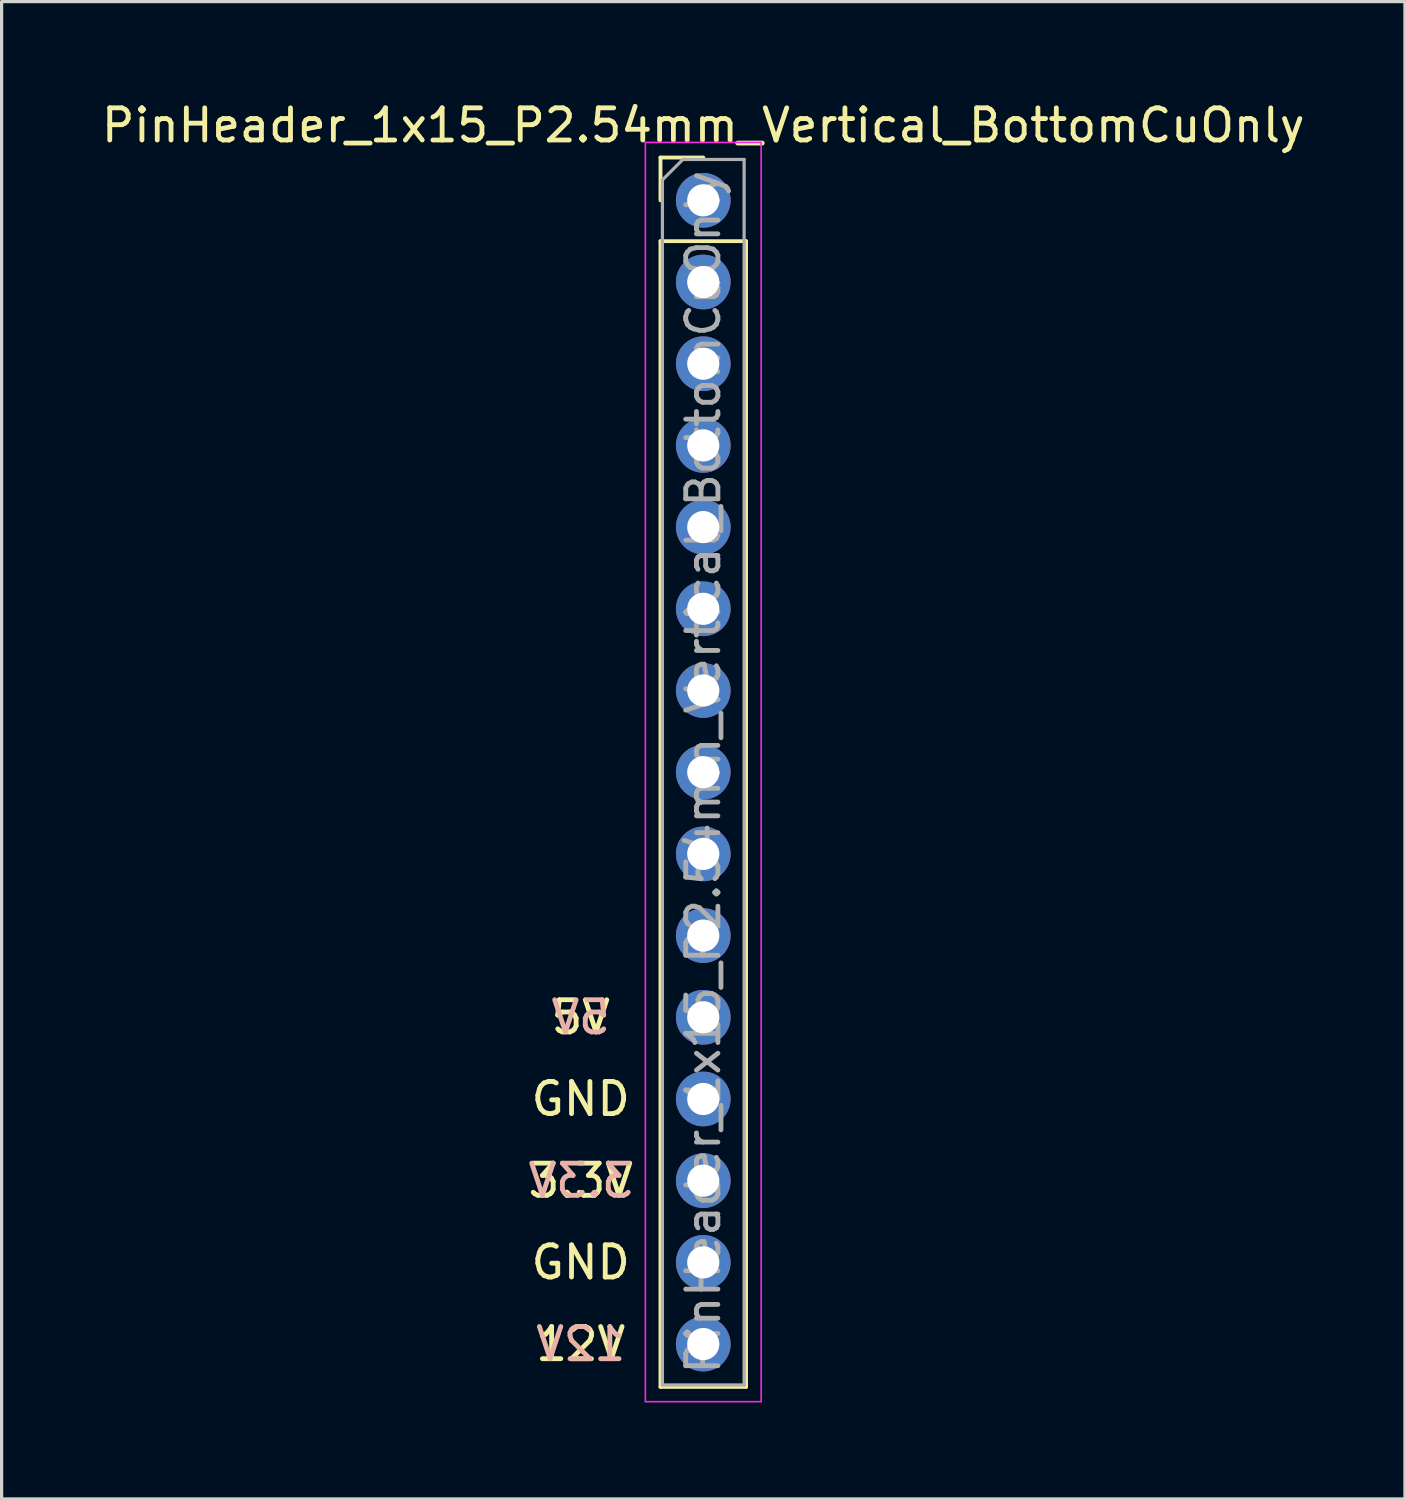
<source format=kicad_pcb>
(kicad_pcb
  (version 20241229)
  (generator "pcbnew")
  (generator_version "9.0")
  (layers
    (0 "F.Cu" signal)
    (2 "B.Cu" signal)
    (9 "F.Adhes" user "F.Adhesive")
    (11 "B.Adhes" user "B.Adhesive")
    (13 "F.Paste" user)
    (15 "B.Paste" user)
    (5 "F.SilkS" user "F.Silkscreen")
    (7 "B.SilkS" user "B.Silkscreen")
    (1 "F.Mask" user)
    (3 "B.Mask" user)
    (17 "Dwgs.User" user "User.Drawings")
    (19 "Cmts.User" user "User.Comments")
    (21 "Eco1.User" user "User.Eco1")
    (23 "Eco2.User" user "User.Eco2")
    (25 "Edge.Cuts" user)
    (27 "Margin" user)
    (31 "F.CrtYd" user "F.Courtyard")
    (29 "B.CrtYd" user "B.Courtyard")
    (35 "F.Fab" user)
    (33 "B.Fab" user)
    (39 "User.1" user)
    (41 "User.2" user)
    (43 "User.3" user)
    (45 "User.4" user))
  (footprint "PinHeader_1x15_P2.54mm_Vertical_BottomCuOnly"
    (layer "F.Cu")
    (at 18.815 3.178)
    (property "Reference" "PinHeader_1x15_P2.54mm_Vertical_BottomCuOnly" (at 0 -2.33 0) (layer "F.SilkS") (effects (font (size 1 1) (thickness 0.15))))
    (attr through_hole)
    (fp_line (start -1.33 -1.33) (end 0 -1.33) (stroke (width 0.12) (type solid)) (layer "F.SilkS"))
    (fp_line (start -1.33 0) (end -1.33 -1.33) (stroke (width 0.12) (type solid)) (layer "F.SilkS"))
    (fp_line (start -1.33 1.27) (end -1.33 36.89) (stroke (width 0.12) (type solid)) (layer "F.SilkS"))
    (fp_line (start -1.33 1.27) (end 1.33 1.27) (stroke (width 0.12) (type solid)) (layer "F.SilkS"))
    (fp_line (start -1.33 36.89) (end 1.33 36.89) (stroke (width 0.12) (type solid)) (layer "F.SilkS"))
    (fp_line (start 1.33 1.27) (end 1.33 36.89) (stroke (width 0.12) (type solid)) (layer "F.SilkS"))
    (fp_line (start -1.8 -1.8) (end -1.8 37.35) (stroke (width 0.05) (type solid)) (layer "F.CrtYd"))
    (fp_line (start -1.8 37.35) (end 1.8 37.35) (stroke (width 0.05) (type solid)) (layer "F.CrtYd"))
    (fp_line (start 1.8 -1.8) (end -1.8 -1.8) (stroke (width 0.05) (type solid)) (layer "F.CrtYd"))
    (fp_line (start 1.8 37.35) (end 1.8 -1.8) (stroke (width 0.05) (type solid)) (layer "F.CrtYd"))
    (fp_line (start -1.27 -0.635) (end -0.635 -1.27) (stroke (width 0.1) (type solid)) (layer "F.Fab"))
    (fp_line (start -1.27 36.83) (end -1.27 -0.635) (stroke (width 0.1) (type solid)) (layer "F.Fab"))
    (fp_line (start -0.635 -1.27) (end 1.27 -1.27) (stroke (width 0.1) (type solid)) (layer "F.Fab"))
    (fp_line (start 1.27 -1.27) (end 1.27 36.83) (stroke (width 0.1) (type solid)) (layer "F.Fab"))
    (fp_line (start 1.27 36.83) (end -1.27 36.83) (stroke (width 0.1) (type solid)) (layer "F.Fab"))
    (fp_text user "3.3V" (at -3.81 30.48 0) (layer "F.SilkS") (effects (font (size 1 1) (thickness 0.15))))
    (fp_text user "GND" (at -3.81 27.94 0) (layer "F.SilkS") (effects (font (size 1 1) (thickness 0.15))))
    (fp_text user "GND" (at -3.81 33.02 0) (layer "F.SilkS") (effects (font (size 1 1) (thickness 0.15))))
    (fp_text user "12V" (at -3.81 35.56 0) (layer "F.SilkS") (effects (font (size 1 1) (thickness 0.15))))
    (fp_text user "5V" (at -3.81 25.4 0) (layer "F.SilkS") (effects (font (size 1 1) (thickness 0.15))))
    (fp_text user "3.3V" (at -3.81 30.48 0) (layer "B.SilkS") (effects (font (size 1 1) (thickness 0.15)) (justify mirror)))
    (fp_text user "12V" (at -3.81 35.56 0) (layer "B.SilkS") (effects (font (size 1 1) (thickness 0.15)) (justify mirror)))
    (fp_text user "5V" (at -3.81 25.4 0) (layer "B.SilkS") (effects (font (size 1 1) (thickness 0.15)) (justify mirror)))
    (fp_text user "${REFERENCE}" (at 0 17.78 90) (layer "F.Fab") (effects (font (size 1 1) (thickness 0.15))))
    (pad "1" thru_hole oval (at 0 0) (size 1.7 1.7) (drill 1) (layers "*.Mask" "B.Cu"))
    (pad "2" thru_hole oval (at 0 2.54) (size 1.7 1.7) (drill 1) (layers "*.Mask" "B.Cu"))
    (pad "3" thru_hole oval (at 0 5.08) (size 1.7 1.7) (drill 1) (layers "*.Mask" "B.Cu"))
    (pad "4" thru_hole oval (at 0 7.62) (size 1.7 1.7) (drill 1) (layers "*.Mask" "B.Cu"))
    (pad "5" thru_hole oval (at 0 10.16) (size 1.7 1.7) (drill 1) (layers "*.Mask" "B.Cu"))
    (pad "6" thru_hole oval (at 0 12.7) (size 1.7 1.7) (drill 1) (layers "*.Mask" "B.Cu"))
    (pad "7" thru_hole oval (at 0 15.24) (size 1.7 1.7) (drill 1) (layers "*.Mask" "B.Cu"))
    (pad "8" thru_hole oval (at 0 17.78) (size 1.7 1.7) (drill 1) (layers "*.Mask" "B.Cu"))
    (pad "9" thru_hole oval (at 0 20.32) (size 1.7 1.7) (drill 1) (layers "*.Mask" "B.Cu"))
    (pad "10" thru_hole oval (at 0 22.86) (size 1.7 1.7) (drill 1) (layers "*.Mask" "B.Cu"))
    (pad "11" thru_hole oval (at 0 25.4) (size 1.7 1.7) (drill 1) (layers "*.Cu" "*.Mask"))
    (pad "12" thru_hole oval (at 0 27.94) (size 1.7 1.7) (drill 1) (layers "*.Mask" "B.Cu"))
    (pad "13" thru_hole oval (at 0 30.48) (size 1.7 1.7) (drill 1) (layers "*.Cu" "*.Mask"))
    (pad "14" thru_hole oval (at 0 33.02) (size 1.7 1.7) (drill 1) (layers "*.Cu" "*.Mask"))
    (pad "15" thru_hole oval (at 0 35.56) (size 1.7 1.7) (drill 1) (layers "*.Cu" "*.Mask")))
  (gr_rect
    (start -3 -3)
    (end 40.631 43.553)
    (stroke (width 0.1) (type default))
    (fill no)
    (layer "Edge.Cuts")))
</source>
